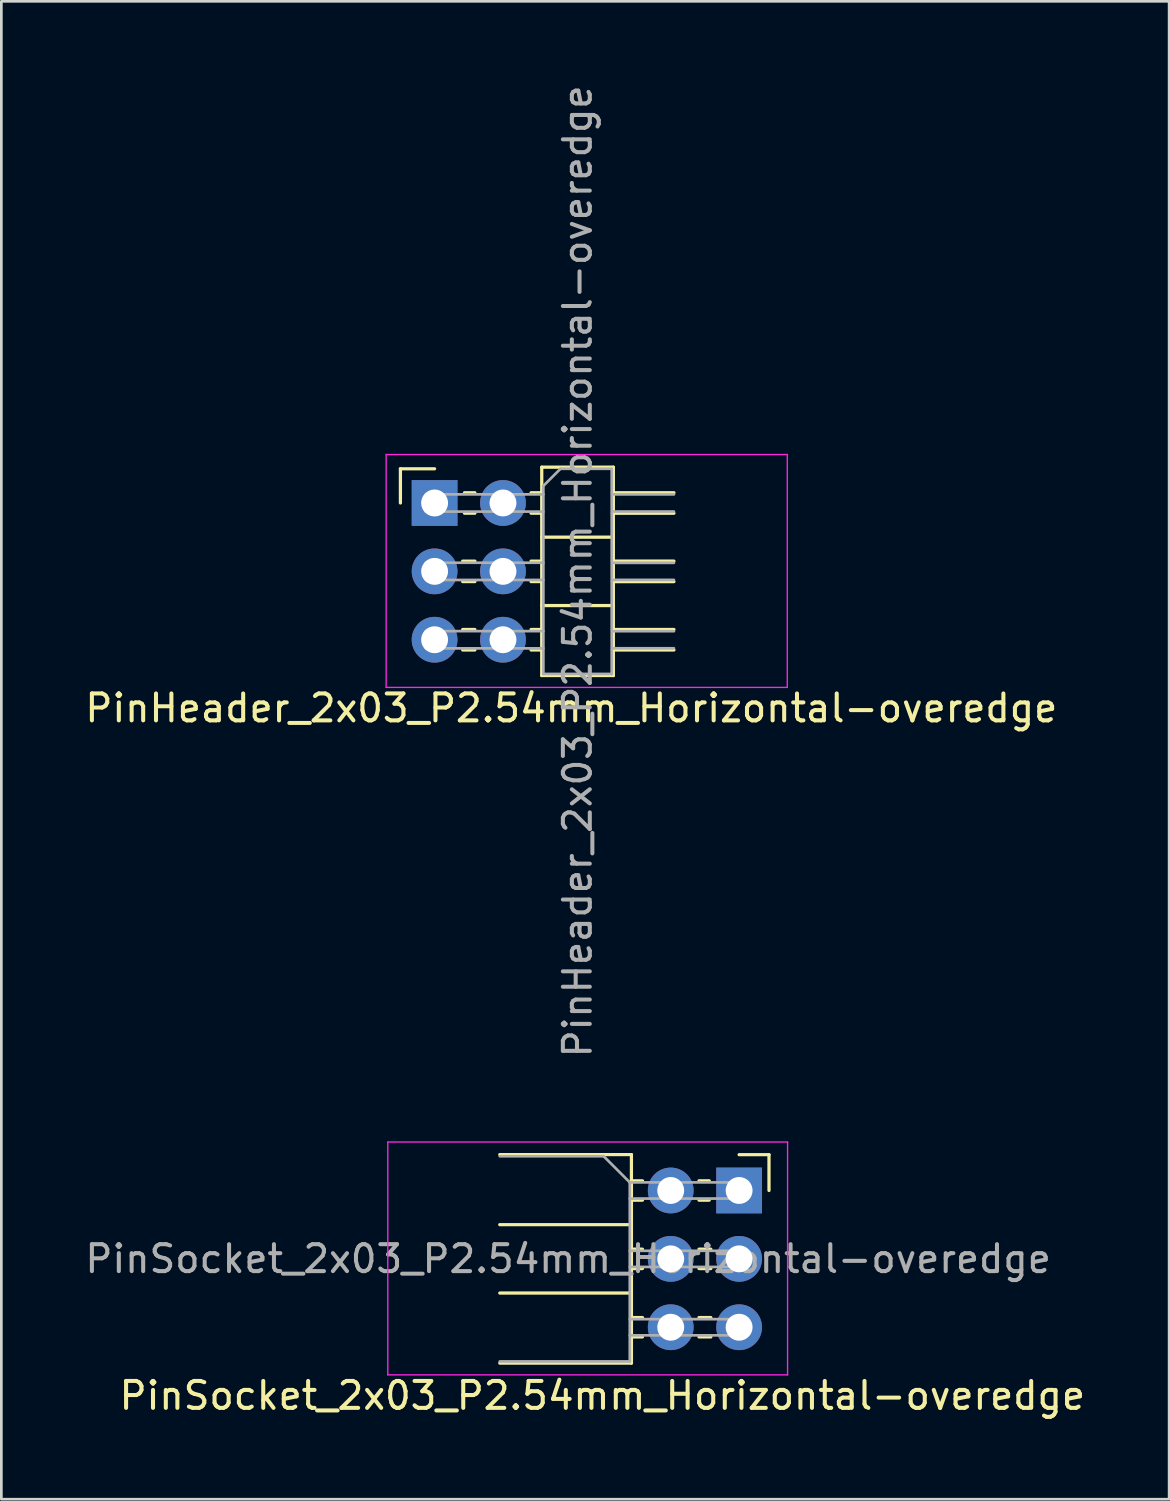
<source format=kicad_pcb>
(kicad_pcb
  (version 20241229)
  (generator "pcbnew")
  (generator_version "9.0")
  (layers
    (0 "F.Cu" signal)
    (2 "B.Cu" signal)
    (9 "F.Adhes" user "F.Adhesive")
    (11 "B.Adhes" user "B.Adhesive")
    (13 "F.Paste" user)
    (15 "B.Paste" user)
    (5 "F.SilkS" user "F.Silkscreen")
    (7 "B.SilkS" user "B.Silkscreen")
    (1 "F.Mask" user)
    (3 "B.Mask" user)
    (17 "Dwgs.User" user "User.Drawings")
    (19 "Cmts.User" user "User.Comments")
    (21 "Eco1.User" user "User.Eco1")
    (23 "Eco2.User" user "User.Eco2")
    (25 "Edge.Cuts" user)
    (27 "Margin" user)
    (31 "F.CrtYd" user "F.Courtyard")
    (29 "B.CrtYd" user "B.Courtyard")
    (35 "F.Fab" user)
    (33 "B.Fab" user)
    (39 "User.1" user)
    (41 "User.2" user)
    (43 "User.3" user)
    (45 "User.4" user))
  (footprint "PinSocket_2x03_P2.54mm_Horizontal-overedge"
    (layer "F.Cu")
    (at 24.404 41.17)
    (property "Reference" "PinSocket_2x03_P2.54mm_Horizontal-overedge" (at -5.08 7.62 0) (layer "F.SilkS") (effects (font (size 1 1) (thickness 0.15))))
    (attr through_hole)
    (fp_line (start -8.89 -1.333) (end -4 -1.333) (stroke (width 0.12) (type solid)) (layer "F.SilkS"))
    (fp_line (start -8.89 1.27) (end -4 1.27) (stroke (width 0.12) (type solid)) (layer "F.SilkS"))
    (fp_line (start -8.89 3.81) (end -4 3.81) (stroke (width 0.12) (type solid)) (layer "F.SilkS"))
    (fp_line (start -8.89 6.413) (end -4 6.413) (stroke (width 0.12) (type solid)) (layer "F.SilkS"))
    (fp_line (start -4 -1.333) (end -4 6.413) (stroke (width 0.12) (type solid)) (layer "F.SilkS"))
    (fp_line (start -4 -0.36) (end -3.59 -0.36) (stroke (width 0.12) (type solid)) (layer "F.SilkS"))
    (fp_line (start -4 0.36) (end -3.59 0.36) (stroke (width 0.12) (type solid)) (layer "F.SilkS"))
    (fp_line (start -4 2.18) (end -3.59 2.18) (stroke (width 0.12) (type solid)) (layer "F.SilkS"))
    (fp_line (start -4 2.9) (end -3.59 2.9) (stroke (width 0.12) (type solid)) (layer "F.SilkS"))
    (fp_line (start -4 4.72) (end -3.59 4.72) (stroke (width 0.12) (type solid)) (layer "F.SilkS"))
    (fp_line (start -4 5.44) (end -3.59 5.44) (stroke (width 0.12) (type solid)) (layer "F.SilkS"))
    (fp_line (start -1.49 -0.36) (end -1.11 -0.36) (stroke (width 0.12) (type solid)) (layer "F.SilkS"))
    (fp_line (start -1.49 0.36) (end -1.11 0.36) (stroke (width 0.12) (type solid)) (layer "F.SilkS"))
    (fp_line (start -1.49 2.18) (end -1.05 2.18) (stroke (width 0.12) (type solid)) (layer "F.SilkS"))
    (fp_line (start -1.49 2.9) (end -1.05 2.9) (stroke (width 0.12) (type solid)) (layer "F.SilkS"))
    (fp_line (start -1.49 4.72) (end -1.05 4.72) (stroke (width 0.12) (type solid)) (layer "F.SilkS"))
    (fp_line (start -1.49 5.44) (end -1.05 5.44) (stroke (width 0.12) (type solid)) (layer "F.SilkS"))
    (fp_line (start 0 -1.33) (end 1.11 -1.33) (stroke (width 0.12) (type solid)) (layer "F.SilkS"))
    (fp_line (start 1.11 -1.33) (end 1.11 0) (stroke (width 0.12) (type solid)) (layer "F.SilkS"))
    (fp_line (start -13.05 -1.8) (end -13.05 6.85) (stroke (width 0.05) (type solid)) (layer "F.CrtYd"))
    (fp_line (start -13.05 6.85) (end 1.8 6.85) (stroke (width 0.05) (type solid)) (layer "F.CrtYd"))
    (fp_line (start 1.8 -1.8) (end -13.05 -1.8) (stroke (width 0.05) (type solid)) (layer "F.CrtYd"))
    (fp_line (start 1.8 6.85) (end 1.8 -1.8) (stroke (width 0.05) (type solid)) (layer "F.CrtYd"))
    (fp_line (start -8.89 -1.27) (end -5.03 -1.27) (stroke (width 0.1) (type solid)) (layer "F.Fab"))
    (fp_line (start -5.03 -1.27) (end -4.06 -0.3) (stroke (width 0.1) (type solid)) (layer "F.Fab"))
    (fp_line (start -4.06 -0.3) (end -4.06 6.35) (stroke (width 0.1) (type solid)) (layer "F.Fab"))
    (fp_line (start -4.06 0.3) (end 0 0.3) (stroke (width 0.1) (type solid)) (layer "F.Fab"))
    (fp_line (start -4.06 2.84) (end 0 2.84) (stroke (width 0.1) (type solid)) (layer "F.Fab"))
    (fp_line (start -4.06 5.38) (end 0 5.38) (stroke (width 0.1) (type solid)) (layer "F.Fab"))
    (fp_line (start -4.06 6.35) (end -8.89 6.35) (stroke (width 0.1) (type solid)) (layer "F.Fab"))
    (fp_line (start 0 -0.3) (end -4.06 -0.3) (stroke (width 0.1) (type solid)) (layer "F.Fab"))
    (fp_line (start 0 0.3) (end 0 -0.3) (stroke (width 0.1) (type solid)) (layer "F.Fab"))
    (fp_line (start 0 2.24) (end -4.06 2.24) (stroke (width 0.1) (type solid)) (layer "F.Fab"))
    (fp_line (start 0 2.84) (end 0 2.24) (stroke (width 0.1) (type solid)) (layer "F.Fab"))
    (fp_line (start 0 4.78) (end -4.06 4.78) (stroke (width 0.1) (type solid)) (layer "F.Fab"))
    (fp_line (start 0 5.38) (end 0 4.78) (stroke (width 0.1) (type solid)) (layer "F.Fab"))
    (fp_text user "${REFERENCE}" (at -6.35 2.54 0) (layer "F.Fab") (effects (font (size 1 1) (thickness 0.15))))
    (pad "1" thru_hole rect (at 0 0) (size 1.7 1.7) (drill 1) (layers "*.Cu" "*.Mask"))
    (pad "2" thru_hole oval (at -2.54 0) (size 1.7 1.7) (drill 1) (layers "*.Cu" "*.Mask"))
    (pad "3" thru_hole oval (at 0 2.54) (size 1.7 1.7) (drill 1) (layers "*.Cu" "*.Mask"))
    (pad "4" thru_hole oval (at -2.54 2.54) (size 1.7 1.7) (drill 1) (layers "*.Cu" "*.Mask"))
    (pad "5" thru_hole oval (at 0 5.08) (size 1.7 1.7) (drill 1) (layers "*.Cu" "*.Mask"))
    (pad "6" thru_hole oval (at -2.54 5.08) (size 1.7 1.7) (drill 1) (layers "*.Cu" "*.Mask")))
  (footprint "PinHeader_2x03_P2.54mm_Horizontal-overedge"
    (layer "F.Cu")
    (at 13.093 15.633)
    (property "Reference" "PinHeader_2x03_P2.54mm_Horizontal-overedge" (at 5.08 7.62 0) (layer "F.SilkS") (effects (font (size 1 1) (thickness 0.15))))
    (attr through_hole)
    (fp_line (start -1.27 -1.27) (end 0 -1.27) (stroke (width 0.12) (type solid)) (layer "F.SilkS"))
    (fp_line (start -1.27 0) (end -1.27 -1.27) (stroke (width 0.12) (type solid)) (layer "F.SilkS"))
    (fp_line (start 1.043 2.16) (end 1.497 2.16) (stroke (width 0.12) (type solid)) (layer "F.SilkS"))
    (fp_line (start 1.043 2.92) (end 1.497 2.92) (stroke (width 0.12) (type solid)) (layer "F.SilkS"))
    (fp_line (start 1.043 4.7) (end 1.497 4.7) (stroke (width 0.12) (type solid)) (layer "F.SilkS"))
    (fp_line (start 1.043 5.46) (end 1.497 5.46) (stroke (width 0.12) (type solid)) (layer "F.SilkS"))
    (fp_line (start 1.11 -0.38) (end 1.497 -0.38) (stroke (width 0.12) (type solid)) (layer "F.SilkS"))
    (fp_line (start 1.11 0.38) (end 1.497 0.38) (stroke (width 0.12) (type solid)) (layer "F.SilkS"))
    (fp_line (start 3.583 -0.38) (end 3.98 -0.38) (stroke (width 0.12) (type solid)) (layer "F.SilkS"))
    (fp_line (start 3.583 0.38) (end 3.98 0.38) (stroke (width 0.12) (type solid)) (layer "F.SilkS"))
    (fp_line (start 3.583 2.16) (end 3.98 2.16) (stroke (width 0.12) (type solid)) (layer "F.SilkS"))
    (fp_line (start 3.583 2.92) (end 3.98 2.92) (stroke (width 0.12) (type solid)) (layer "F.SilkS"))
    (fp_line (start 3.583 4.7) (end 3.98 4.7) (stroke (width 0.12) (type solid)) (layer "F.SilkS"))
    (fp_line (start 3.583 5.46) (end 3.98 5.46) (stroke (width 0.12) (type solid)) (layer "F.SilkS"))
    (fp_line (start 3.98 -1.33) (end 3.98 6.41) (stroke (width 0.12) (type solid)) (layer "F.SilkS"))
    (fp_line (start 3.98 1.27) (end 6.64 1.27) (stroke (width 0.12) (type solid)) (layer "F.SilkS"))
    (fp_line (start 3.98 3.81) (end 6.64 3.81) (stroke (width 0.12) (type solid)) (layer "F.SilkS"))
    (fp_line (start 3.98 6.41) (end 6.64 6.41) (stroke (width 0.12) (type solid)) (layer "F.SilkS"))
    (fp_line (start 6.604 -0.381) (end 8.89 -0.381) (stroke (width 0.12) (type solid)) (layer "F.SilkS"))
    (fp_line (start 6.604 2.159) (end 8.89 2.159) (stroke (width 0.12) (type solid)) (layer "F.SilkS"))
    (fp_line (start 6.604 4.699) (end 8.89 4.699) (stroke (width 0.12) (type solid)) (layer "F.SilkS"))
    (fp_line (start 6.64 -1.33) (end 3.98 -1.33) (stroke (width 0.12) (type solid)) (layer "F.SilkS"))
    (fp_line (start 6.64 6.41) (end 6.64 -1.33) (stroke (width 0.12) (type solid)) (layer "F.SilkS"))
    (fp_line (start 8.89 0.381) (end 6.604 0.381) (stroke (width 0.12) (type solid)) (layer "F.SilkS"))
    (fp_line (start 8.89 2.921) (end 6.604 2.921) (stroke (width 0.12) (type solid)) (layer "F.SilkS"))
    (fp_line (start 8.89 5.461) (end 6.604 5.461) (stroke (width 0.12) (type solid)) (layer "F.SilkS"))
    (fp_line (start -1.8 -1.8) (end -1.8 6.85) (stroke (width 0.05) (type solid)) (layer "F.CrtYd"))
    (fp_line (start -1.8 6.85) (end 13.1 6.85) (stroke (width 0.05) (type solid)) (layer "F.CrtYd"))
    (fp_line (start 13.1 -1.8) (end -1.8 -1.8) (stroke (width 0.05) (type solid)) (layer "F.CrtYd"))
    (fp_line (start 13.1 6.85) (end 13.1 -1.8) (stroke (width 0.05) (type solid)) (layer "F.CrtYd"))
    (fp_line (start -0.32 -0.32) (end -0.32 0.32) (stroke (width 0.1) (type solid)) (layer "F.Fab"))
    (fp_line (start -0.32 -0.32) (end 4.04 -0.32) (stroke (width 0.1) (type solid)) (layer "F.Fab"))
    (fp_line (start -0.32 0.32) (end 4.04 0.32) (stroke (width 0.1) (type solid)) (layer "F.Fab"))
    (fp_line (start -0.32 2.22) (end -0.32 2.86) (stroke (width 0.1) (type solid)) (layer "F.Fab"))
    (fp_line (start -0.32 2.22) (end 4.04 2.22) (stroke (width 0.1) (type solid)) (layer "F.Fab"))
    (fp_line (start -0.32 2.86) (end 4.04 2.86) (stroke (width 0.1) (type solid)) (layer "F.Fab"))
    (fp_line (start -0.32 4.76) (end -0.32 5.4) (stroke (width 0.1) (type solid)) (layer "F.Fab"))
    (fp_line (start -0.32 4.76) (end 4.04 4.76) (stroke (width 0.1) (type solid)) (layer "F.Fab"))
    (fp_line (start -0.32 5.4) (end 4.04 5.4) (stroke (width 0.1) (type solid)) (layer "F.Fab"))
    (fp_line (start 4.04 -0.635) (end 4.675 -1.27) (stroke (width 0.1) (type solid)) (layer "F.Fab"))
    (fp_line (start 4.04 6.35) (end 4.04 -0.635) (stroke (width 0.1) (type solid)) (layer "F.Fab"))
    (fp_line (start 4.675 -1.27) (end 6.58 -1.27) (stroke (width 0.1) (type solid)) (layer "F.Fab"))
    (fp_line (start 6.58 -1.27) (end 6.58 6.35) (stroke (width 0.1) (type solid)) (layer "F.Fab"))
    (fp_line (start 6.58 6.35) (end 4.04 6.35) (stroke (width 0.1) (type solid)) (layer "F.Fab"))
    (fp_line (start 6.604 -0.318) (end 8.89 -0.318) (stroke (width 0.1) (type solid)) (layer "F.Fab"))
    (fp_line (start 6.604 0.318) (end 8.89 0.318) (stroke (width 0.1) (type solid)) (layer "F.Fab"))
    (fp_line (start 6.604 2.223) (end 8.89 2.223) (stroke (width 0.1) (type solid)) (layer "F.Fab"))
    (fp_line (start 6.604 2.857) (end 8.89 2.857) (stroke (width 0.1) (type solid)) (layer "F.Fab"))
    (fp_line (start 6.604 4.763) (end 8.89 4.763) (stroke (width 0.1) (type solid)) (layer "F.Fab"))
    (fp_line (start 6.604 5.397) (end 8.89 5.397) (stroke (width 0.1) (type solid)) (layer "F.Fab"))
    (fp_text user "${REFERENCE}" (at 5.31 2.54 90) (layer "F.Fab") (effects (font (size 1 1) (thickness 0.15))))
    (pad "1" thru_hole rect (at 0 0) (size 1.7 1.7) (drill 1) (layers "*.Cu" "*.Mask"))
    (pad "2" thru_hole oval (at 2.54 0) (size 1.7 1.7) (drill 1) (layers "*.Cu" "*.Mask"))
    (pad "3" thru_hole oval (at 0 2.54) (size 1.7 1.7) (drill 1) (layers "*.Cu" "*.Mask"))
    (pad "4" thru_hole oval (at 2.54 2.54) (size 1.7 1.7) (drill 1) (layers "*.Cu" "*.Mask"))
    (pad "5" thru_hole oval (at 0 5.08) (size 1.7 1.7) (drill 1) (layers "*.Cu" "*.Mask"))
    (pad "6" thru_hole oval (at 2.54 5.08) (size 1.7 1.7) (drill 1) (layers "*.Cu" "*.Mask")))
  (gr_rect
    (start -3 -3)
    (end 40.377 52.638)
    (stroke (width 0.1) (type default))
    (fill no)
    (layer "Edge.Cuts")))
</source>
